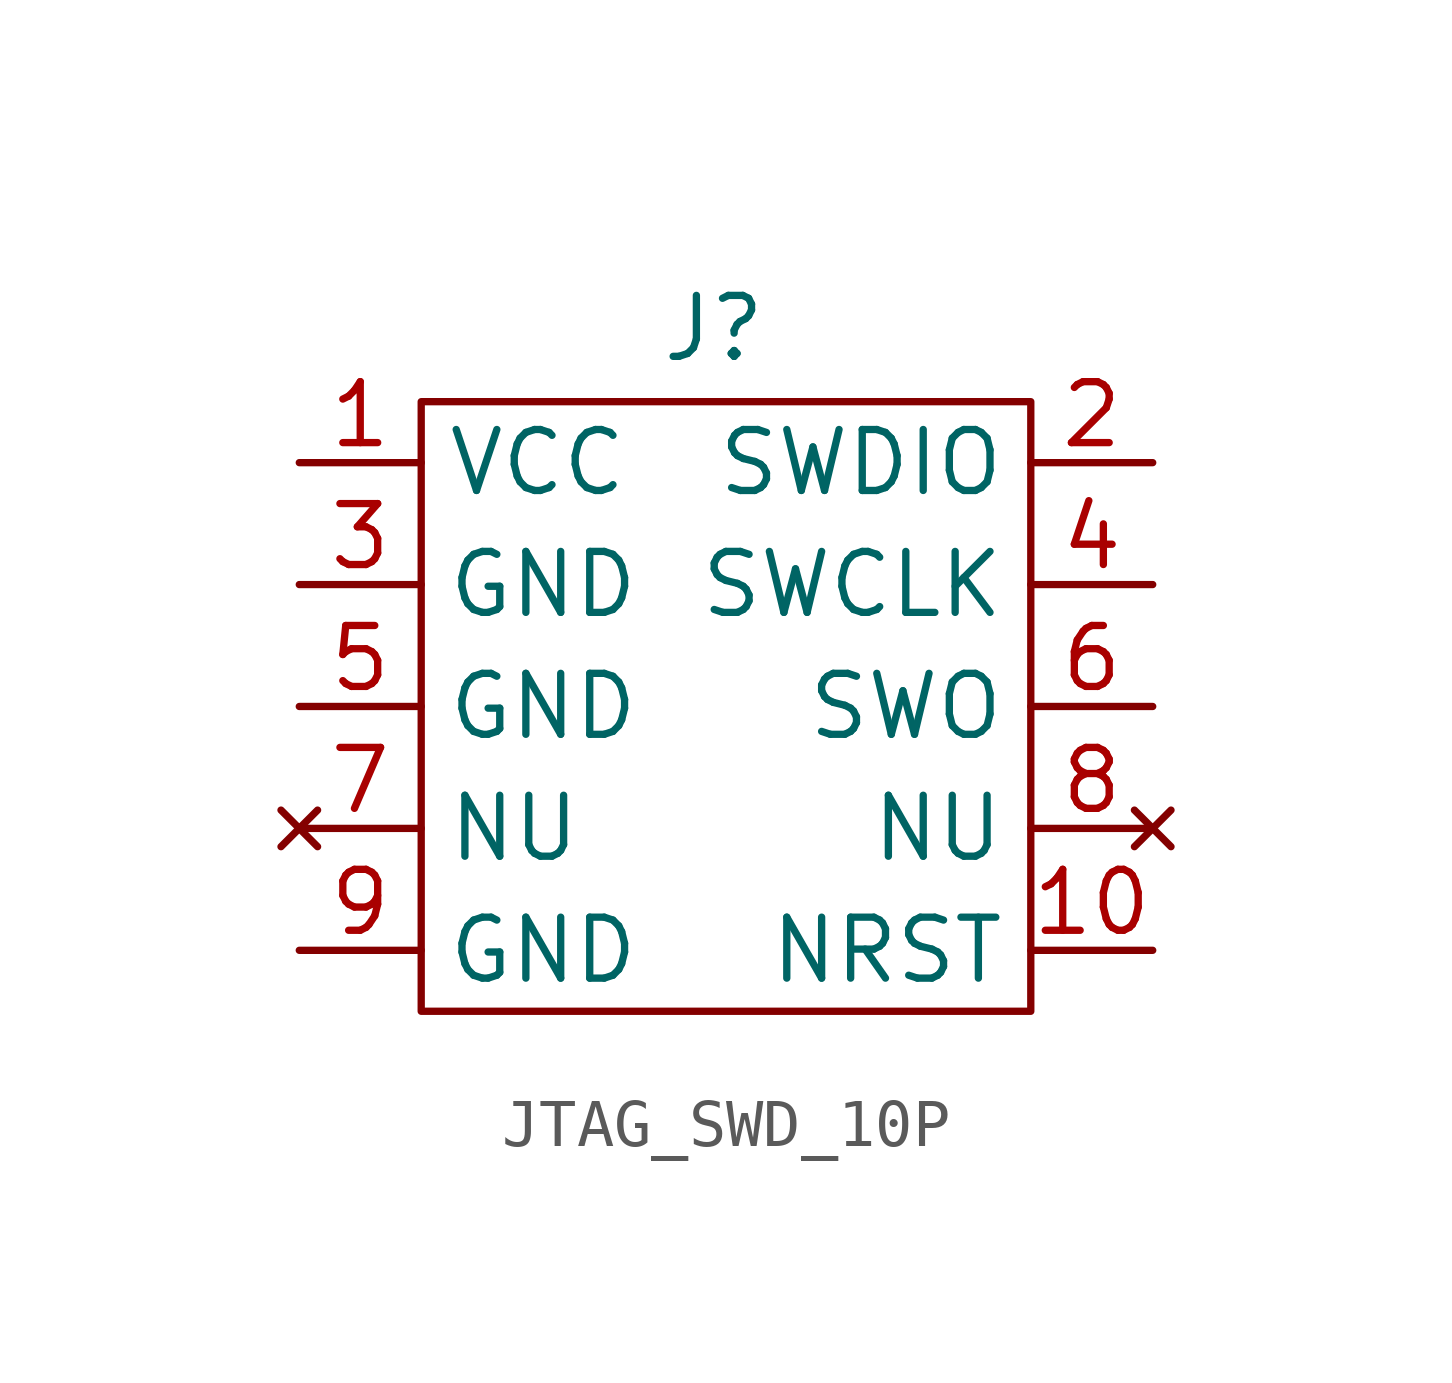
<source format=kicad_sym>
(kicad_symbol_lib
  (version 20231120)
  (generator "kicad_symbol_editor")
  (generator_version "8.0")
  (symbol "JTAG_SWD_10P"
    (property "Reference" "J"
      (at -0.254 7.874 0)
      (effects (font (size 1.27 1.27))))
    (property "Value" ""
      (at -5.08 8.89 0)
      (effects (font (size 1.27 1.27))))
    (symbol "JTAG_SWD_10P_0_1"
      (rectangle (start -6.35 6.35) (end 6.35 -6.35) (stroke (width 0) (type default)) (fill (type none))))
    (symbol "JTAG_SWD_10P_1_1"
      (pin power_in line (at -8.89 5.08 0) (length 2.54) (name "VCC" (effects (font (size 1.27 1.27)))) (number "1" (effects (font (size 1.27 1.27)))))
      (pin bidirectional line (at 8.89 -5.08 180) (length 2.54) (name "NRST" (effects (font (size 1.27 1.27)))) (number "10" (effects (font (size 1.27 1.27)))))
      (pin bidirectional line (at 8.89 5.08 180) (length 2.54) (name "SWDIO" (effects (font (size 1.27 1.27)))) (number "2" (effects (font (size 1.27 1.27)))))
      (pin input line (at -8.89 2.54 0) (length 2.54) (name "GND" (effects (font (size 1.27 1.27)))) (number "3" (effects (font (size 1.27 1.27)))))
      (pin bidirectional line (at 8.89 2.54 180) (length 2.54) (name "SWCLK" (effects (font (size 1.27 1.27)))) (number "4" (effects (font (size 1.27 1.27)))))
      (pin power_out line (at -8.89 0 0) (length 2.54) (name "GND" (effects (font (size 1.27 1.27)))) (number "5" (effects (font (size 1.27 1.27)))))
      (pin input line (at 8.89 0 180) (length 2.54) (name "SWO" (effects (font (size 1.27 1.27)))) (number "6" (effects (font (size 1.27 1.27)))))
      (pin no_connect line (at -8.89 -2.54 0) (length 2.54) (name "NU" (effects (font (size 1.27 1.27)))) (number "7" (effects (font (size 1.27 1.27)))))
      (pin no_connect line (at 8.89 -2.54 180) (length 2.54) (name "NU" (effects (font (size 1.27 1.27)))) (number "8" (effects (font (size 1.27 1.27)))))
      (pin power_out line (at -8.89 -5.08 0) (length 2.54) (name "GND" (effects (font (size 1.27 1.27)))) (number "9" (effects (font (size 1.27 1.27))))))))
</source>
